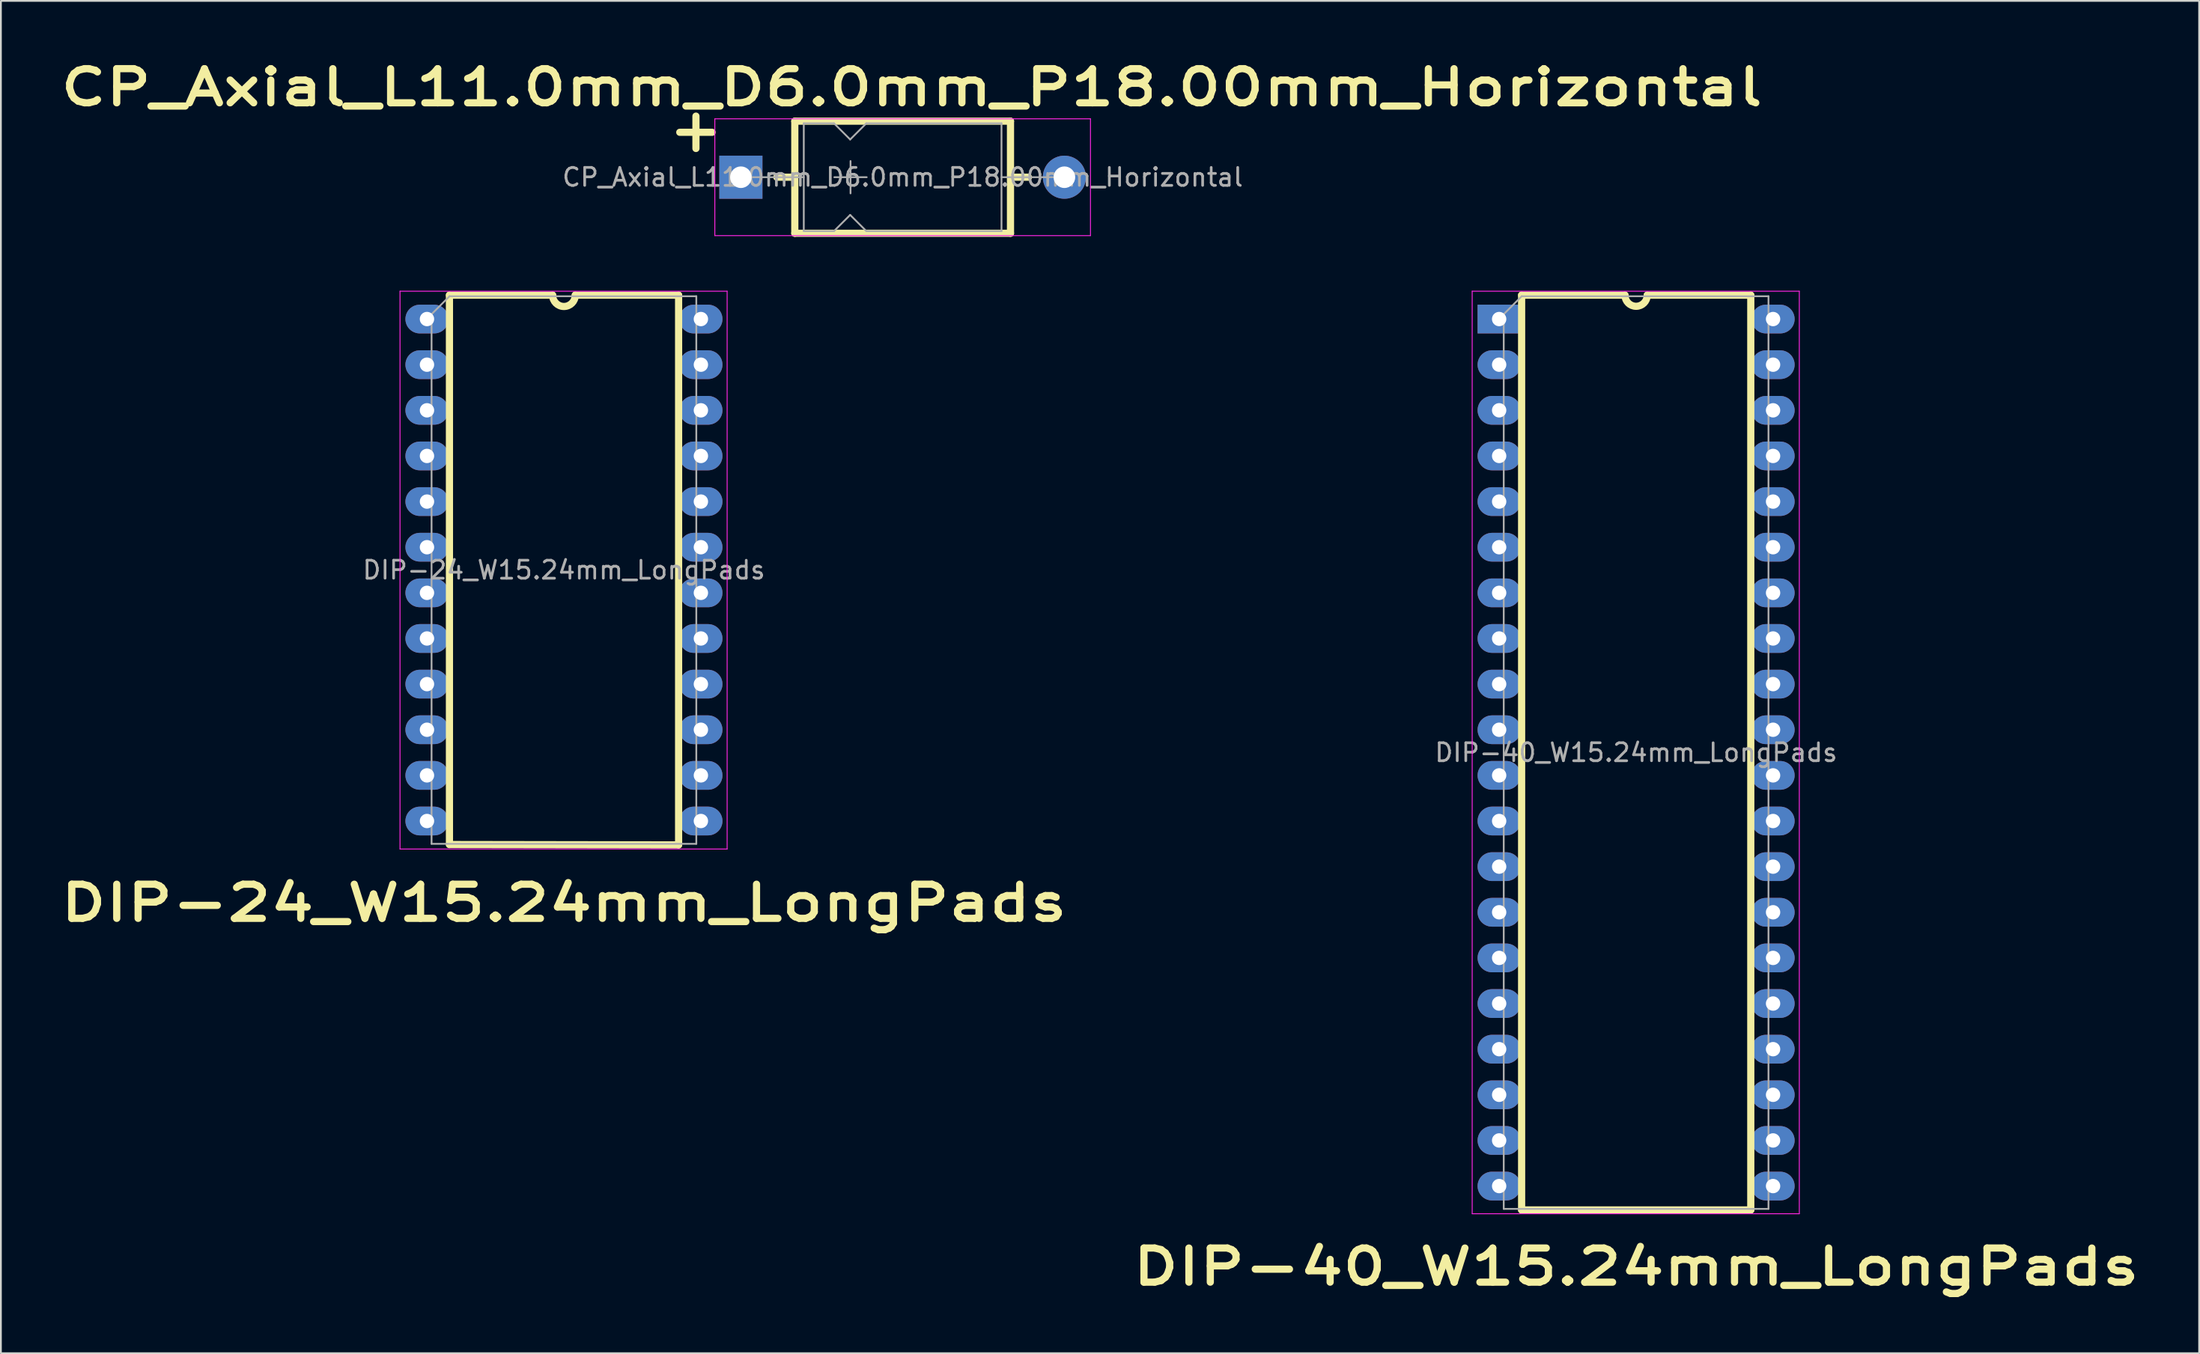
<source format=kicad_pcb>
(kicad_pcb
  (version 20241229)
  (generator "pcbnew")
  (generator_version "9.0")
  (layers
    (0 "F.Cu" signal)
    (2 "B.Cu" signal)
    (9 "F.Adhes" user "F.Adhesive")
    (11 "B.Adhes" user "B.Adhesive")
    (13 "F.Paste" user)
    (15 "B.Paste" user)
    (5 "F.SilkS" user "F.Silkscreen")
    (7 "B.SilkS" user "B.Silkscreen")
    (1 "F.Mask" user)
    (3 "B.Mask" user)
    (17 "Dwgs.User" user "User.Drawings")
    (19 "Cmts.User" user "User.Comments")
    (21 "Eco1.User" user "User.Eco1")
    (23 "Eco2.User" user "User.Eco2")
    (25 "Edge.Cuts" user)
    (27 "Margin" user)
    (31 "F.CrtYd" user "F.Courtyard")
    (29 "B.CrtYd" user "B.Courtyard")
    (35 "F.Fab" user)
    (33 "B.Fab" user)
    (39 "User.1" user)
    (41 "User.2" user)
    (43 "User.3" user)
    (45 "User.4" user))
  (footprint "CP_Axial_L11.0mm_D6.0mm_P18.00mm_Horizontal"
    (layer "F.Cu")
    (at 38.171 6.814)
    (property "Reference" "CP_Axial_L11.0mm_D6.0mm_P18.00mm_Horizontal" (at 9.5 -5 0) (layer "F.SilkS") (effects (font (size 1.9 2.5) (thickness 0.4) (bold yes))))
    (attr through_hole)
    (fp_line (start -3.4 -2.5) (end -1.6 -2.5) (stroke (width 0.4) (type solid)) (layer "F.SilkS"))
    (fp_line (start -2.5 -3.4) (end -2.5 -1.6) (stroke (width 0.4) (type solid)) (layer "F.SilkS"))
    (fp_line (start 2 0) (end 3 0) (stroke (width 0.4) (type solid)) (layer "F.SilkS"))
    (fp_line (start 3 -3.12) (end 3 3.12) (stroke (width 0.4) (type solid)) (layer "F.SilkS"))
    (fp_line (start 3 -3.12) (end 15 -3.12) (stroke (width 0.4) (type solid)) (layer "F.SilkS"))
    (fp_line (start 3 3.12) (end 15 3.12) (stroke (width 0.4) (type solid)) (layer "F.SilkS"))
    (fp_line (start 15 -3.12) (end 15 3.12) (stroke (width 0.4) (type solid)) (layer "F.SilkS"))
    (fp_line (start 16 0) (end 15 0) (stroke (width 0.4) (type solid)) (layer "F.SilkS"))
    (fp_line (start -1.45 -3.25) (end -1.45 3.25) (stroke (width 0.05) (type solid)) (layer "F.CrtYd"))
    (fp_line (start -1.45 3.25) (end 19.45 3.25) (stroke (width 0.05) (type solid)) (layer "F.CrtYd"))
    (fp_line (start 19.45 -3.25) (end -1.45 -3.25) (stroke (width 0.05) (type solid)) (layer "F.CrtYd"))
    (fp_line (start 19.45 3.25) (end 19.45 -3.25) (stroke (width 0.05) (type solid)) (layer "F.CrtYd"))
    (fp_line (start 0 0) (end 3.5 0) (stroke (width 0.1) (type solid)) (layer "F.Fab"))
    (fp_line (start 3.5 -3) (end 3.5 3) (stroke (width 0.1) (type solid)) (layer "F.Fab"))
    (fp_line (start 3.5 -3) (end 5.18 -3) (stroke (width 0.1) (type solid)) (layer "F.Fab"))
    (fp_line (start 3.5 3) (end 5.18 3) (stroke (width 0.1) (type solid)) (layer "F.Fab"))
    (fp_line (start 5.18 -3) (end 6.08 -2.1) (stroke (width 0.1) (type solid)) (layer "F.Fab"))
    (fp_line (start 5.18 3) (end 6.08 2.1) (stroke (width 0.1) (type solid)) (layer "F.Fab"))
    (fp_line (start 5.2 0) (end 7 0) (stroke (width 0.1) (type solid)) (layer "F.Fab"))
    (fp_line (start 6.08 -2.1) (end 6.98 -3) (stroke (width 0.1) (type solid)) (layer "F.Fab"))
    (fp_line (start 6.08 2.1) (end 6.98 3) (stroke (width 0.1) (type solid)) (layer "F.Fab"))
    (fp_line (start 6.1 -0.9) (end 6.1 0.9) (stroke (width 0.1) (type solid)) (layer "F.Fab"))
    (fp_line (start 6.98 -3) (end 14.5 -3) (stroke (width 0.1) (type solid)) (layer "F.Fab"))
    (fp_line (start 6.98 3) (end 14.5 3) (stroke (width 0.1) (type solid)) (layer "F.Fab"))
    (fp_line (start 14.5 -3) (end 14.5 3) (stroke (width 0.1) (type solid)) (layer "F.Fab"))
    (fp_line (start 18 0) (end 14.5 0) (stroke (width 0.1) (type solid)) (layer "F.Fab"))
    (fp_text user "${REFERENCE}" (at 9 0 0) (layer "F.Fab") (effects (font (size 1 1) (thickness 0.15))))
    (pad "1" thru_hole rect (at 0 0) (size 2.4 2.4) (drill 1.2) (layers "*.Cu" "*.Mask"))
    (pad "2" thru_hole oval (at 18 0) (size 2.4 2.4) (drill 1.2) (layers "*.Cu" "*.Mask")))
  (footprint "DIP-24_W15.24mm_LongPads"
    (layer "F.Cu")
    (at 20.706 14.709)
    (property "Reference" "DIP-24_W15.24mm_LongPads" (at 7.62 32.5 0) (layer "F.SilkS") (effects (font (size 1.9 2.5) (thickness 0.4) (bold yes))))
    (attr through_hole)
    (fp_line (start 1.25 -1.33) (end 1.25 29.25) (stroke (width 0.4) (type solid)) (layer "F.SilkS"))
    (fp_line (start 1.25 29.25) (end 14 29.27) (stroke (width 0.4) (type solid)) (layer "F.SilkS"))
    (fp_line (start 6.99 -1.33) (end 1.25 -1.33) (stroke (width 0.4) (type solid)) (layer "F.SilkS"))
    (fp_line (start 14 -1.33) (end 8.25 -1.33) (stroke (width 0.4) (type solid)) (layer "F.SilkS"))
    (fp_line (start 14 29.27) (end 14 -1.33) (stroke (width 0.4) (type solid)) (layer "F.SilkS"))
    (fp_arc (start 8.25 -1.33) (mid 7.62 -0.7) (end 6.99 -1.33) (stroke (width 0.4) (type solid)) (layer "F.SilkS"))
    (fp_line (start -1.5 -1.55) (end -1.5 29.5) (stroke (width 0.05) (type solid)) (layer "F.CrtYd"))
    (fp_line (start -1.5 29.5) (end 16.7 29.5) (stroke (width 0.05) (type solid)) (layer "F.CrtYd"))
    (fp_line (start 16.7 -1.55) (end -1.5 -1.55) (stroke (width 0.05) (type solid)) (layer "F.CrtYd"))
    (fp_line (start 16.7 29.5) (end 16.7 -1.55) (stroke (width 0.05) (type solid)) (layer "F.CrtYd"))
    (fp_line (start 0.255 -0.27) (end 1.255 -1.27) (stroke (width 0.1) (type solid)) (layer "F.Fab"))
    (fp_line (start 0.255 29.21) (end 0.255 -0.27) (stroke (width 0.1) (type solid)) (layer "F.Fab"))
    (fp_line (start 1.255 -1.27) (end 14.985 -1.27) (stroke (width 0.1) (type solid)) (layer "F.Fab"))
    (fp_line (start 14.985 -1.27) (end 14.985 29.21) (stroke (width 0.1) (type solid)) (layer "F.Fab"))
    (fp_line (start 14.985 29.21) (end 0.255 29.21) (stroke (width 0.1) (type solid)) (layer "F.Fab"))
    (fp_text user "${REFERENCE}" (at 7.62 13.97 0) (layer "F.Fab") (effects (font (size 1 1) (thickness 0.15))))
    (pad "1" thru_hole oval (at 0 0) (size 2.4 1.6) (drill 0.8) (layers "*.Cu" "*.Mask"))
    (pad "2" thru_hole oval (at 0 2.54) (size 2.4 1.6) (drill 0.8) (layers "*.Cu" "*.Mask"))
    (pad "3" thru_hole oval (at 0 5.08) (size 2.4 1.6) (drill 0.8) (layers "*.Cu" "*.Mask"))
    (pad "4" thru_hole oval (at 0 7.62) (size 2.4 1.6) (drill 0.8) (layers "*.Cu" "*.Mask"))
    (pad "5" thru_hole oval (at 0 10.16) (size 2.4 1.6) (drill 0.8) (layers "*.Cu" "*.Mask"))
    (pad "6" thru_hole oval (at 0 12.7) (size 2.4 1.6) (drill 0.8) (layers "*.Cu" "*.Mask"))
    (pad "7" thru_hole oval (at 0 15.24) (size 2.4 1.6) (drill 0.8) (layers "*.Cu" "*.Mask"))
    (pad "8" thru_hole oval (at 0 17.78) (size 2.4 1.6) (drill 0.8) (layers "*.Cu" "*.Mask"))
    (pad "9" thru_hole oval (at 0 20.32) (size 2.4 1.6) (drill 0.8) (layers "*.Cu" "*.Mask"))
    (pad "10" thru_hole oval (at 0 22.86) (size 2.4 1.6) (drill 0.8) (layers "*.Cu" "*.Mask"))
    (pad "11" thru_hole oval (at 0 25.4) (size 2.4 1.6) (drill 0.8) (layers "*.Cu" "*.Mask"))
    (pad "12" thru_hole oval (at 0 27.94) (size 2.4 1.6) (drill 0.8) (layers "*.Cu" "*.Mask"))
    (pad "13" thru_hole oval (at 15.24 27.94) (size 2.4 1.6) (drill 0.8) (layers "*.Cu" "*.Mask"))
    (pad "14" thru_hole oval (at 15.24 25.4) (size 2.4 1.6) (drill 0.8) (layers "*.Cu" "*.Mask"))
    (pad "15" thru_hole oval (at 15.24 22.86) (size 2.4 1.6) (drill 0.8) (layers "*.Cu" "*.Mask"))
    (pad "16" thru_hole oval (at 15.24 20.32) (size 2.4 1.6) (drill 0.8) (layers "*.Cu" "*.Mask"))
    (pad "17" thru_hole oval (at 15.24 17.78) (size 2.4 1.6) (drill 0.8) (layers "*.Cu" "*.Mask"))
    (pad "18" thru_hole oval (at 15.24 15.24) (size 2.4 1.6) (drill 0.8) (layers "*.Cu" "*.Mask"))
    (pad "19" thru_hole oval (at 15.24 12.7) (size 2.4 1.6) (drill 0.8) (layers "*.Cu" "*.Mask"))
    (pad "20" thru_hole oval (at 15.24 10.16) (size 2.4 1.6) (drill 0.8) (layers "*.Cu" "*.Mask"))
    (pad "21" thru_hole oval (at 15.24 7.62) (size 2.4 1.6) (drill 0.8) (layers "*.Cu" "*.Mask"))
    (pad "22" thru_hole oval (at 15.24 5.08) (size 2.4 1.6) (drill 0.8) (layers "*.Cu" "*.Mask"))
    (pad "23" thru_hole oval (at 15.24 2.54) (size 2.4 1.6) (drill 0.8) (layers "*.Cu" "*.Mask"))
    (pad "24" thru_hole oval (at 15.24 0) (size 2.4 1.6) (drill 0.8) (layers "*.Cu" "*.Mask")))
  (footprint "DIP-40_W15.24mm_LongPads"
    (layer "F.Cu")
    (at 80.359 14.709)
    (property "Reference" "DIP-40_W15.24mm_LongPads" (at 7.62 52.75 0) (layer "F.SilkS") (effects (font (size 1.9 2.5) (thickness 0.4) (bold yes))))
    (attr through_hole)
    (fp_line (start 1.25 -1.33) (end 1.25 49.59) (stroke (width 0.4) (type solid)) (layer "F.SilkS"))
    (fp_line (start 1.25 49.59) (end 14 49.59) (stroke (width 0.4) (type solid)) (layer "F.SilkS"))
    (fp_line (start 7 -1.33) (end 1.25 -1.33) (stroke (width 0.4) (type solid)) (layer "F.SilkS"))
    (fp_line (start 14 -1.33) (end 8.24 -1.33) (stroke (width 0.4) (type solid)) (layer "F.SilkS"))
    (fp_line (start 14 49.59) (end 14 -1.33) (stroke (width 0.4) (type solid)) (layer "F.SilkS"))
    (fp_arc (start 8.24 -1.33) (mid 7.62 -0.71) (end 7 -1.33) (stroke (width 0.4) (type solid)) (layer "F.SilkS"))
    (fp_line (start -1.5 -1.55) (end -1.5 49.8) (stroke (width 0.05) (type solid)) (layer "F.CrtYd"))
    (fp_line (start -1.5 49.8) (end 16.7 49.8) (stroke (width 0.05) (type solid)) (layer "F.CrtYd"))
    (fp_line (start 16.7 -1.55) (end -1.5 -1.55) (stroke (width 0.05) (type solid)) (layer "F.CrtYd"))
    (fp_line (start 16.7 49.8) (end 16.7 -1.55) (stroke (width 0.05) (type solid)) (layer "F.CrtYd"))
    (fp_line (start 0.255 -0.27) (end 1.255 -1.27) (stroke (width 0.1) (type solid)) (layer "F.Fab"))
    (fp_line (start 0.255 49.53) (end 0.255 -0.27) (stroke (width 0.1) (type solid)) (layer "F.Fab"))
    (fp_line (start 1.255 -1.27) (end 14.985 -1.27) (stroke (width 0.1) (type solid)) (layer "F.Fab"))
    (fp_line (start 14.985 -1.27) (end 14.985 49.53) (stroke (width 0.1) (type solid)) (layer "F.Fab"))
    (fp_line (start 14.985 49.53) (end 0.255 49.53) (stroke (width 0.1) (type solid)) (layer "F.Fab"))
    (fp_text user "${REFERENCE}" (at 7.62 24.13 0) (layer "F.Fab") (effects (font (size 1 1) (thickness 0.15))))
    (pad "1" thru_hole rect (at 0 0) (size 2.4 1.6) (drill 0.8) (layers "*.Cu" "*.Mask"))
    (pad "2" thru_hole oval (at 0 2.54) (size 2.4 1.6) (drill 0.8) (layers "*.Cu" "*.Mask"))
    (pad "3" thru_hole oval (at 0 5.08) (size 2.4 1.6) (drill 0.8) (layers "*.Cu" "*.Mask"))
    (pad "4" thru_hole oval (at 0 7.62) (size 2.4 1.6) (drill 0.8) (layers "*.Cu" "*.Mask"))
    (pad "5" thru_hole oval (at 0 10.16) (size 2.4 1.6) (drill 0.8) (layers "*.Cu" "*.Mask"))
    (pad "6" thru_hole oval (at 0 12.7) (size 2.4 1.6) (drill 0.8) (layers "*.Cu" "*.Mask"))
    (pad "7" thru_hole oval (at 0 15.24) (size 2.4 1.6) (drill 0.8) (layers "*.Cu" "*.Mask"))
    (pad "8" thru_hole oval (at 0 17.78) (size 2.4 1.6) (drill 0.8) (layers "*.Cu" "*.Mask"))
    (pad "9" thru_hole oval (at 0 20.32) (size 2.4 1.6) (drill 0.8) (layers "*.Cu" "*.Mask"))
    (pad "10" thru_hole oval (at 0 22.86) (size 2.4 1.6) (drill 0.8) (layers "*.Cu" "*.Mask"))
    (pad "11" thru_hole oval (at 0 25.4) (size 2.4 1.6) (drill 0.8) (layers "*.Cu" "*.Mask"))
    (pad "12" thru_hole oval (at 0 27.94) (size 2.4 1.6) (drill 0.8) (layers "*.Cu" "*.Mask"))
    (pad "13" thru_hole oval (at 0 30.48) (size 2.4 1.6) (drill 0.8) (layers "*.Cu" "*.Mask"))
    (pad "14" thru_hole oval (at 0 33.02) (size 2.4 1.6) (drill 0.8) (layers "*.Cu" "*.Mask"))
    (pad "15" thru_hole oval (at 0 35.56) (size 2.4 1.6) (drill 0.8) (layers "*.Cu" "*.Mask"))
    (pad "16" thru_hole oval (at 0 38.1) (size 2.4 1.6) (drill 0.8) (layers "*.Cu" "*.Mask"))
    (pad "17" thru_hole oval (at 0 40.64) (size 2.4 1.6) (drill 0.8) (layers "*.Cu" "*.Mask"))
    (pad "18" thru_hole oval (at 0 43.18) (size 2.4 1.6) (drill 0.8) (layers "*.Cu" "*.Mask"))
    (pad "19" thru_hole oval (at 0 45.72) (size 2.4 1.6) (drill 0.8) (layers "*.Cu" "*.Mask"))
    (pad "20" thru_hole oval (at 0 48.26) (size 2.4 1.6) (drill 0.8) (layers "*.Cu" "*.Mask"))
    (pad "21" thru_hole oval (at 15.24 48.26) (size 2.4 1.6) (drill 0.8) (layers "*.Cu" "*.Mask"))
    (pad "22" thru_hole oval (at 15.24 45.72) (size 2.4 1.6) (drill 0.8) (layers "*.Cu" "*.Mask"))
    (pad "23" thru_hole oval (at 15.24 43.18) (size 2.4 1.6) (drill 0.8) (layers "*.Cu" "*.Mask"))
    (pad "24" thru_hole oval (at 15.24 40.64) (size 2.4 1.6) (drill 0.8) (layers "*.Cu" "*.Mask"))
    (pad "25" thru_hole oval (at 15.24 38.1) (size 2.4 1.6) (drill 0.8) (layers "*.Cu" "*.Mask"))
    (pad "26" thru_hole oval (at 15.24 35.56) (size 2.4 1.6) (drill 0.8) (layers "*.Cu" "*.Mask"))
    (pad "27" thru_hole oval (at 15.24 33.02) (size 2.4 1.6) (drill 0.8) (layers "*.Cu" "*.Mask"))
    (pad "28" thru_hole oval (at 15.24 30.48) (size 2.4 1.6) (drill 0.8) (layers "*.Cu" "*.Mask"))
    (pad "29" thru_hole oval (at 15.24 27.94) (size 2.4 1.6) (drill 0.8) (layers "*.Cu" "*.Mask"))
    (pad "30" thru_hole oval (at 15.24 25.4) (size 2.4 1.6) (drill 0.8) (layers "*.Cu" "*.Mask"))
    (pad "31" thru_hole oval (at 15.24 22.86) (size 2.4 1.6) (drill 0.8) (layers "*.Cu" "*.Mask"))
    (pad "32" thru_hole oval (at 15.24 20.32) (size 2.4 1.6) (drill 0.8) (layers "*.Cu" "*.Mask"))
    (pad "33" thru_hole oval (at 15.24 17.78) (size 2.4 1.6) (drill 0.8) (layers "*.Cu" "*.Mask"))
    (pad "34" thru_hole oval (at 15.24 15.24) (size 2.4 1.6) (drill 0.8) (layers "*.Cu" "*.Mask"))
    (pad "35" thru_hole oval (at 15.24 12.7) (size 2.4 1.6) (drill 0.8) (layers "*.Cu" "*.Mask"))
    (pad "36" thru_hole oval (at 15.24 10.16) (size 2.4 1.6) (drill 0.8) (layers "*.Cu" "*.Mask"))
    (pad "37" thru_hole oval (at 15.24 7.62) (size 2.4 1.6) (drill 0.8) (layers "*.Cu" "*.Mask"))
    (pad "38" thru_hole oval (at 15.24 5.08) (size 2.4 1.6) (drill 0.8) (layers "*.Cu" "*.Mask"))
    (pad "39" thru_hole oval (at 15.24 2.54) (size 2.4 1.6) (drill 0.8) (layers "*.Cu" "*.Mask"))
    (pad "40" thru_hole oval (at 15.24 0) (size 2.4 1.6) (drill 0.8) (layers "*.Cu" "*.Mask")))
  (gr_rect
    (start -3 -3)
    (end 119.305 72.272)
    (stroke (width 0.1) (type default))
    (fill no)
    (layer "Edge.Cuts")))
</source>
